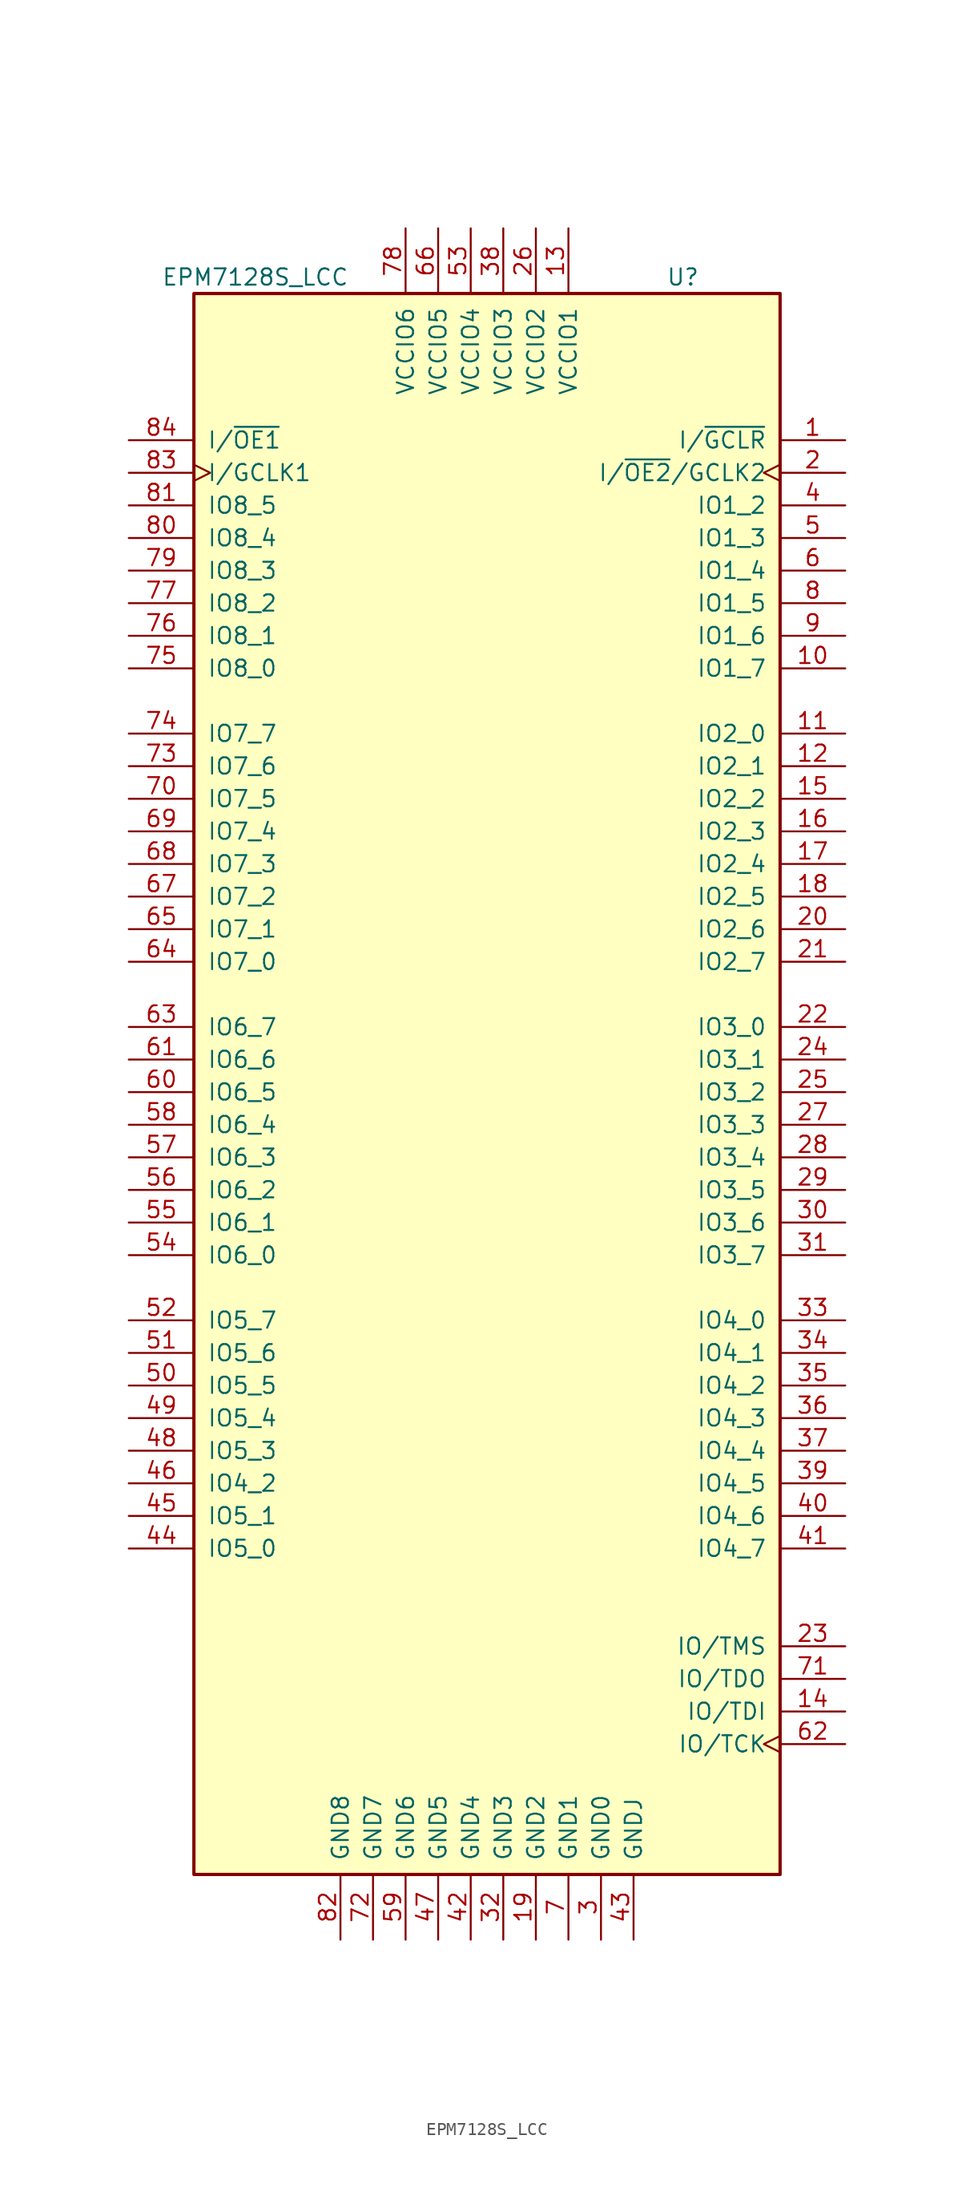
<source format=kicad_sym>
(kicad_symbol_lib
  (version 20220914)
  (generator kicad_symbol_editor)
  (symbol "EPM7128S_LCC"
    (pin_names
      (offset 1.016))
    (property "Reference" "U"
      (at 13.97 50.8 0)
      (effects (font (size 1.27 1.27)) (justify left)))
    (property "Value" "EPM7128S_LCC"
      (at -25.4 50.8 0)
      (effects (font (size 1.27 1.27)) (justify left)))
    (symbol "EPM7128S_LCC_1_1"
      (rectangle (start -22.86 49.53) (end 22.86 -73.66) (stroke (width 0.254) (type default)) (fill (type background)))
      (pin input line (at 27.94 38.1 180) (length 5.08) (name "I/~{GCLR}" (effects (font (size 1.27 1.27)))) (number "1" (effects (font (size 1.27 1.27)))))
      (pin bidirectional line (at 27.94 20.32 180) (length 5.08) (name "IO1_7" (effects (font (size 1.27 1.27)))) (number "10" (effects (font (size 1.27 1.27)))))
      (pin bidirectional line (at 27.94 15.24 180) (length 5.08) (name "IO2_0" (effects (font (size 1.27 1.27)))) (number "11" (effects (font (size 1.27 1.27)))))
      (pin bidirectional line (at 27.94 12.7 180) (length 5.08) (name "IO2_1" (effects (font (size 1.27 1.27)))) (number "12" (effects (font (size 1.27 1.27)))))
      (pin power_in line (at 6.35 54.61 270) (length 5.08) (name "VCCIO1" (effects (font (size 1.27 1.27)))) (number "13" (effects (font (size 1.27 1.27)))))
      (pin bidirectional line (at 27.94 -60.96 180) (length 5.08) (name "IO/TDI" (effects (font (size 1.27 1.27)))) (number "14" (effects (font (size 1.27 1.27)))))
      (pin bidirectional line (at 27.94 10.16 180) (length 5.08) (name "IO2_2" (effects (font (size 1.27 1.27)))) (number "15" (effects (font (size 1.27 1.27)))))
      (pin bidirectional line (at 27.94 7.62 180) (length 5.08) (name "IO2_3" (effects (font (size 1.27 1.27)))) (number "16" (effects (font (size 1.27 1.27)))))
      (pin bidirectional line (at 27.94 5.08 180) (length 5.08) (name "IO2_4" (effects (font (size 1.27 1.27)))) (number "17" (effects (font (size 1.27 1.27)))))
      (pin bidirectional line (at 27.94 2.54 180) (length 5.08) (name "IO2_5" (effects (font (size 1.27 1.27)))) (number "18" (effects (font (size 1.27 1.27)))))
      (pin power_in line (at 3.81 -78.74 90) (length 5.08) (name "GND2" (effects (font (size 1.27 1.27)))) (number "19" (effects (font (size 1.27 1.27)))))
      (pin input clock (at 27.94 35.56 180) (length 5.08) (name "I/~{OE2}/GCLK2" (effects (font (size 1.27 1.27)))) (number "2" (effects (font (size 1.27 1.27)))))
      (pin bidirectional line (at 27.94 0 180) (length 5.08) (name "IO2_6" (effects (font (size 1.27 1.27)))) (number "20" (effects (font (size 1.27 1.27)))))
      (pin bidirectional line (at 27.94 -2.54 180) (length 5.08) (name "IO2_7" (effects (font (size 1.27 1.27)))) (number "21" (effects (font (size 1.27 1.27)))))
      (pin bidirectional line (at 27.94 -7.62 180) (length 5.08) (name "IO3_0" (effects (font (size 1.27 1.27)))) (number "22" (effects (font (size 1.27 1.27)))))
      (pin bidirectional line (at 27.94 -55.88 180) (length 5.08) (name "IO/TMS" (effects (font (size 1.27 1.27)))) (number "23" (effects (font (size 1.27 1.27)))))
      (pin bidirectional line (at 27.94 -10.16 180) (length 5.08) (name "IO3_1" (effects (font (size 1.27 1.27)))) (number "24" (effects (font (size 1.27 1.27)))))
      (pin bidirectional line (at 27.94 -12.7 180) (length 5.08) (name "IO3_2" (effects (font (size 1.27 1.27)))) (number "25" (effects (font (size 1.27 1.27)))))
      (pin power_in line (at 3.81 54.61 270) (length 5.08) (name "VCCIO2" (effects (font (size 1.27 1.27)))) (number "26" (effects (font (size 1.27 1.27)))))
      (pin bidirectional line (at 27.94 -15.24 180) (length 5.08) (name "IO3_3" (effects (font (size 1.27 1.27)))) (number "27" (effects (font (size 1.27 1.27)))))
      (pin bidirectional line (at 27.94 -17.78 180) (length 5.08) (name "IO3_4" (effects (font (size 1.27 1.27)))) (number "28" (effects (font (size 1.27 1.27)))))
      (pin bidirectional line (at 27.94 -20.32 180) (length 5.08) (name "IO3_5" (effects (font (size 1.27 1.27)))) (number "29" (effects (font (size 1.27 1.27)))))
      (pin power_in line (at 8.89 -78.74 90) (length 5.08) (name "GND0" (effects (font (size 1.27 1.27)))) (number "3" (effects (font (size 1.27 1.27)))))
      (pin bidirectional line (at 27.94 -22.86 180) (length 5.08) (name "IO3_6" (effects (font (size 1.27 1.27)))) (number "30" (effects (font (size 1.27 1.27)))))
      (pin bidirectional line (at 27.94 -25.4 180) (length 5.08) (name "IO3_7" (effects (font (size 1.27 1.27)))) (number "31" (effects (font (size 1.27 1.27)))))
      (pin power_in line (at 1.27 -78.74 90) (length 5.08) (name "GND3" (effects (font (size 1.27 1.27)))) (number "32" (effects (font (size 1.27 1.27)))))
      (pin bidirectional line (at 27.94 -30.48 180) (length 5.08) (name "IO4_0" (effects (font (size 1.27 1.27)))) (number "33" (effects (font (size 1.27 1.27)))))
      (pin bidirectional line (at 27.94 -33.02 180) (length 5.08) (name "IO4_1" (effects (font (size 1.27 1.27)))) (number "34" (effects (font (size 1.27 1.27)))))
      (pin bidirectional line (at 27.94 -35.56 180) (length 5.08) (name "IO4_2" (effects (font (size 1.27 1.27)))) (number "35" (effects (font (size 1.27 1.27)))))
      (pin bidirectional line (at 27.94 -38.1 180) (length 5.08) (name "IO4_3" (effects (font (size 1.27 1.27)))) (number "36" (effects (font (size 1.27 1.27)))))
      (pin bidirectional line (at 27.94 -40.64 180) (length 5.08) (name "IO4_4" (effects (font (size 1.27 1.27)))) (number "37" (effects (font (size 1.27 1.27)))))
      (pin power_in line (at 1.27 54.61 270) (length 5.08) (name "VCCIO3" (effects (font (size 1.27 1.27)))) (number "38" (effects (font (size 1.27 1.27)))))
      (pin bidirectional line (at 27.94 -43.18 180) (length 5.08) (name "IO4_5" (effects (font (size 1.27 1.27)))) (number "39" (effects (font (size 1.27 1.27)))))
      (pin bidirectional line (at 27.94 33.02 180) (length 5.08) (name "IO1_2" (effects (font (size 1.27 1.27)))) (number "4" (effects (font (size 1.27 1.27)))))
      (pin bidirectional line (at 27.94 -45.72 180) (length 5.08) (name "IO4_6" (effects (font (size 1.27 1.27)))) (number "40" (effects (font (size 1.27 1.27)))))
      (pin bidirectional line (at 27.94 -48.26 180) (length 5.08) (name "IO4_7" (effects (font (size 1.27 1.27)))) (number "41" (effects (font (size 1.27 1.27)))))
      (pin power_in line (at -1.27 -78.74 90) (length 5.08) (name "GND4" (effects (font (size 1.27 1.27)))) (number "42" (effects (font (size 1.27 1.27)))))
      (pin power_in line (at 11.43 -78.74 90) (length 5.08) (name "GNDJ" (effects (font (size 1.27 1.27)))) (number "43" (effects (font (size 1.27 1.27)))))
      (pin bidirectional line (at -27.94 -48.26 0) (length 5.08) (name "IO5_0" (effects (font (size 1.27 1.27)))) (number "44" (effects (font (size 1.27 1.27)))))
      (pin bidirectional line (at -27.94 -45.72 0) (length 5.08) (name "IO5_1" (effects (font (size 1.27 1.27)))) (number "45" (effects (font (size 1.27 1.27)))))
      (pin bidirectional line (at -27.94 -43.18 0) (length 5.08) (name "IO4_2" (effects (font (size 1.27 1.27)))) (number "46" (effects (font (size 1.27 1.27)))))
      (pin power_in line (at -3.81 -78.74 90) (length 5.08) (name "GND5" (effects (font (size 1.27 1.27)))) (number "47" (effects (font (size 1.27 1.27)))))
      (pin bidirectional line (at -27.94 -40.64 0) (length 5.08) (name "IO5_3" (effects (font (size 1.27 1.27)))) (number "48" (effects (font (size 1.27 1.27)))))
      (pin bidirectional line (at -27.94 -38.1 0) (length 5.08) (name "IO5_4" (effects (font (size 1.27 1.27)))) (number "49" (effects (font (size 1.27 1.27)))))
      (pin bidirectional line (at 27.94 30.48 180) (length 5.08) (name "IO1_3" (effects (font (size 1.27 1.27)))) (number "5" (effects (font (size 1.27 1.27)))))
      (pin bidirectional line (at -27.94 -35.56 0) (length 5.08) (name "IO5_5" (effects (font (size 1.27 1.27)))) (number "50" (effects (font (size 1.27 1.27)))))
      (pin bidirectional line (at -27.94 -33.02 0) (length 5.08) (name "IO5_6" (effects (font (size 1.27 1.27)))) (number "51" (effects (font (size 1.27 1.27)))))
      (pin bidirectional line (at -27.94 -30.48 0) (length 5.08) (name "IO5_7" (effects (font (size 1.27 1.27)))) (number "52" (effects (font (size 1.27 1.27)))))
      (pin power_in line (at -1.27 54.61 270) (length 5.08) (name "VCCIO4" (effects (font (size 1.27 1.27)))) (number "53" (effects (font (size 1.27 1.27)))))
      (pin bidirectional line (at -27.94 -25.4 0) (length 5.08) (name "IO6_0" (effects (font (size 1.27 1.27)))) (number "54" (effects (font (size 1.27 1.27)))))
      (pin bidirectional line (at -27.94 -22.86 0) (length 5.08) (name "IO6_1" (effects (font (size 1.27 1.27)))) (number "55" (effects (font (size 1.27 1.27)))))
      (pin bidirectional line (at -27.94 -20.32 0) (length 5.08) (name "IO6_2" (effects (font (size 1.27 1.27)))) (number "56" (effects (font (size 1.27 1.27)))))
      (pin bidirectional line (at -27.94 -17.78 0) (length 5.08) (name "IO6_3" (effects (font (size 1.27 1.27)))) (number "57" (effects (font (size 1.27 1.27)))))
      (pin bidirectional line (at -27.94 -15.24 0) (length 5.08) (name "IO6_4" (effects (font (size 1.27 1.27)))) (number "58" (effects (font (size 1.27 1.27)))))
      (pin power_in line (at -6.35 -78.74 90) (length 5.08) (name "GND6" (effects (font (size 1.27 1.27)))) (number "59" (effects (font (size 1.27 1.27)))))
      (pin bidirectional line (at 27.94 27.94 180) (length 5.08) (name "IO1_4" (effects (font (size 1.27 1.27)))) (number "6" (effects (font (size 1.27 1.27)))))
      (pin bidirectional line (at -27.94 -12.7 0) (length 5.08) (name "IO6_5" (effects (font (size 1.27 1.27)))) (number "60" (effects (font (size 1.27 1.27)))))
      (pin bidirectional line (at -27.94 -10.16 0) (length 5.08) (name "IO6_6" (effects (font (size 1.27 1.27)))) (number "61" (effects (font (size 1.27 1.27)))))
      (pin bidirectional clock (at 27.94 -63.5 180) (length 5.08) (name "IO/TCK" (effects (font (size 1.27 1.27)))) (number "62" (effects (font (size 1.27 1.27)))))
      (pin bidirectional line (at -27.94 -7.62 0) (length 5.08) (name "IO6_7" (effects (font (size 1.27 1.27)))) (number "63" (effects (font (size 1.27 1.27)))))
      (pin bidirectional line (at -27.94 -2.54 0) (length 5.08) (name "IO7_0" (effects (font (size 1.27 1.27)))) (number "64" (effects (font (size 1.27 1.27)))))
      (pin bidirectional line (at -27.94 0 0) (length 5.08) (name "IO7_1" (effects (font (size 1.27 1.27)))) (number "65" (effects (font (size 1.27 1.27)))))
      (pin power_in line (at -3.81 54.61 270) (length 5.08) (name "VCCIO5" (effects (font (size 1.27 1.27)))) (number "66" (effects (font (size 1.27 1.27)))))
      (pin bidirectional line (at -27.94 2.54 0) (length 5.08) (name "IO7_2" (effects (font (size 1.27 1.27)))) (number "67" (effects (font (size 1.27 1.27)))))
      (pin bidirectional line (at -27.94 5.08 0) (length 5.08) (name "IO7_3" (effects (font (size 1.27 1.27)))) (number "68" (effects (font (size 1.27 1.27)))))
      (pin bidirectional line (at -27.94 7.62 0) (length 5.08) (name "IO7_4" (effects (font (size 1.27 1.27)))) (number "69" (effects (font (size 1.27 1.27)))))
      (pin power_in line (at 6.35 -78.74 90) (length 5.08) (name "GND1" (effects (font (size 1.27 1.27)))) (number "7" (effects (font (size 1.27 1.27)))))
      (pin bidirectional line (at -27.94 10.16 0) (length 5.08) (name "IO7_5" (effects (font (size 1.27 1.27)))) (number "70" (effects (font (size 1.27 1.27)))))
      (pin bidirectional line (at 27.94 -58.42 180) (length 5.08) (name "IO/TDO" (effects (font (size 1.27 1.27)))) (number "71" (effects (font (size 1.27 1.27)))))
      (pin power_in line (at -8.89 -78.74 90) (length 5.08) (name "GND7" (effects (font (size 1.27 1.27)))) (number "72" (effects (font (size 1.27 1.27)))))
      (pin bidirectional line (at -27.94 12.7 0) (length 5.08) (name "IO7_6" (effects (font (size 1.27 1.27)))) (number "73" (effects (font (size 1.27 1.27)))))
      (pin bidirectional line (at -27.94 15.24 0) (length 5.08) (name "IO7_7" (effects (font (size 1.27 1.27)))) (number "74" (effects (font (size 1.27 1.27)))))
      (pin bidirectional line (at -27.94 20.32 0) (length 5.08) (name "IO8_0" (effects (font (size 1.27 1.27)))) (number "75" (effects (font (size 1.27 1.27)))))
      (pin bidirectional line (at -27.94 22.86 0) (length 5.08) (name "IO8_1" (effects (font (size 1.27 1.27)))) (number "76" (effects (font (size 1.27 1.27)))))
      (pin bidirectional line (at -27.94 25.4 0) (length 5.08) (name "IO8_2" (effects (font (size 1.27 1.27)))) (number "77" (effects (font (size 1.27 1.27)))))
      (pin power_in line (at -6.35 54.61 270) (length 5.08) (name "VCCIO6" (effects (font (size 1.27 1.27)))) (number "78" (effects (font (size 1.27 1.27)))))
      (pin bidirectional line (at -27.94 27.94 0) (length 5.08) (name "IO8_3" (effects (font (size 1.27 1.27)))) (number "79" (effects (font (size 1.27 1.27)))))
      (pin bidirectional line (at 27.94 25.4 180) (length 5.08) (name "IO1_5" (effects (font (size 1.27 1.27)))) (number "8" (effects (font (size 1.27 1.27)))))
      (pin bidirectional line (at -27.94 30.48 0) (length 5.08) (name "IO8_4" (effects (font (size 1.27 1.27)))) (number "80" (effects (font (size 1.27 1.27)))))
      (pin bidirectional line (at -27.94 33.02 0) (length 5.08) (name "IO8_5" (effects (font (size 1.27 1.27)))) (number "81" (effects (font (size 1.27 1.27)))))
      (pin power_in line (at -11.43 -78.74 90) (length 5.08) (name "GND8" (effects (font (size 1.27 1.27)))) (number "82" (effects (font (size 1.27 1.27)))))
      (pin input clock (at -27.94 35.56 0) (length 5.08) (name "I/GCLK1" (effects (font (size 1.27 1.27)))) (number "83" (effects (font (size 1.27 1.27)))))
      (pin input line (at -27.94 38.1 0) (length 5.08) (name "I/~{OE1}" (effects (font (size 1.27 1.27)))) (number "84" (effects (font (size 1.27 1.27)))))
      (pin bidirectional line (at 27.94 22.86 180) (length 5.08) (name "IO1_6" (effects (font (size 1.27 1.27)))) (number "9" (effects (font (size 1.27 1.27))))))))
</source>
